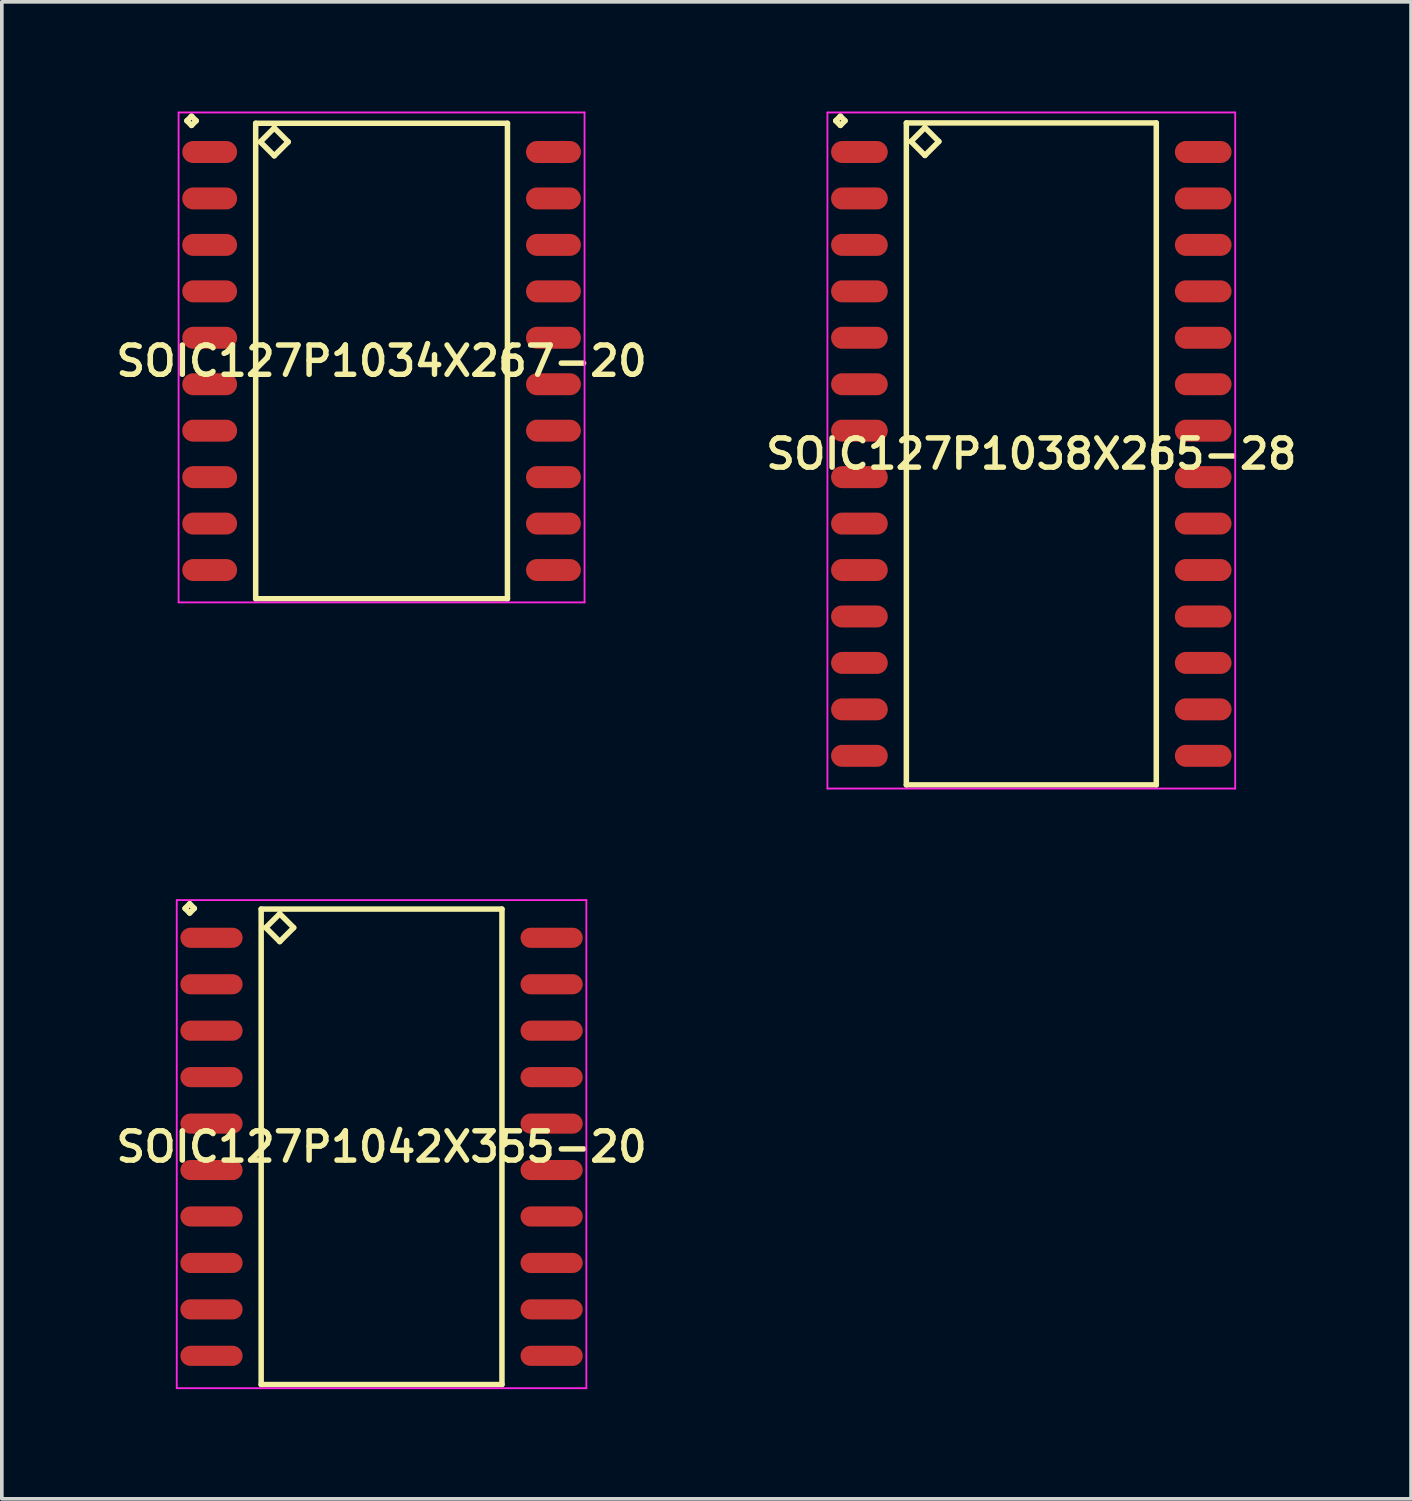
<source format=kicad_pcb>
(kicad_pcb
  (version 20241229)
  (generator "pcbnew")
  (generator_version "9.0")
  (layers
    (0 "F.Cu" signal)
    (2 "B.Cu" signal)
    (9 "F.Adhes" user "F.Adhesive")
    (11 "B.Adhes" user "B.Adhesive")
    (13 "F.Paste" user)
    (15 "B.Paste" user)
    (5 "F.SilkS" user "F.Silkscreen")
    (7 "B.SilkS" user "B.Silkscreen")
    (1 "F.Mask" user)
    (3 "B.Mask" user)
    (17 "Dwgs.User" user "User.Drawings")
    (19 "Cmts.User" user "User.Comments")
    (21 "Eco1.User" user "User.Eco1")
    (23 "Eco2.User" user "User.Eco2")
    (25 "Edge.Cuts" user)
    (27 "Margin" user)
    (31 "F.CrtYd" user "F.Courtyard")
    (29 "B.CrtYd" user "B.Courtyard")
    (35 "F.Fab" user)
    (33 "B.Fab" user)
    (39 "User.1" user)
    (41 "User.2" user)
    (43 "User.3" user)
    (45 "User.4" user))
  (footprint "SOIC127P1038X265-28"
    (layer "F.Cu")
    (at 25.149 9.361)
    (property "Reference" "SOIC127P1038X265-28" (at 0 0 0) (layer "F.SilkS") (effects (font (size 0.8 0.8) (thickness 0.15))))
    (attr smd)
    (fp_line (start -5.348 -9.109) (end -5.221 -9.236) (stroke (width 0.15) (type solid)) (layer "F.SilkS"))
    (fp_line (start -5.221 -9.236) (end -5.094 -9.109) (stroke (width 0.15) (type solid)) (layer "F.SilkS"))
    (fp_line (start -5.221 -8.982) (end -5.348 -9.109) (stroke (width 0.15) (type solid)) (layer "F.SilkS"))
    (fp_line (start -5.094 -9.109) (end -5.221 -8.982) (stroke (width 0.15) (type solid)) (layer "F.SilkS"))
    (fp_line (start -3.417 -9.05) (end -3.417 9.05) (stroke (width 0.15) (type solid)) (layer "F.SilkS"))
    (fp_line (start -3.417 9.05) (end 3.417 9.05) (stroke (width 0.15) (type solid)) (layer "F.SilkS"))
    (fp_line (start -3.29 -8.542) (end -2.909 -8.923) (stroke (width 0.15) (type solid)) (layer "F.SilkS"))
    (fp_line (start -2.909 -8.923) (end -2.528 -8.542) (stroke (width 0.15) (type solid)) (layer "F.SilkS"))
    (fp_line (start -2.909 -8.161) (end -3.29 -8.542) (stroke (width 0.15) (type solid)) (layer "F.SilkS"))
    (fp_line (start -2.528 -8.542) (end -2.909 -8.161) (stroke (width 0.15) (type solid)) (layer "F.SilkS"))
    (fp_line (start 3.417 -9.05) (end -3.417 -9.05) (stroke (width 0.15) (type solid)) (layer "F.SilkS"))
    (fp_line (start 3.417 9.05) (end 3.417 -9.05) (stroke (width 0.15) (type solid)) (layer "F.SilkS"))
    (fp_line (start -5.575 -9.336) (end 5.575 -9.336) (stroke (width 0.05) (type solid)) (layer "F.CrtYd"))
    (fp_line (start -5.575 9.15) (end -5.575 -9.336) (stroke (width 0.05) (type solid)) (layer "F.CrtYd"))
    (fp_line (start 5.575 -9.336) (end 5.575 9.15) (stroke (width 0.05) (type solid)) (layer "F.CrtYd"))
    (fp_line (start 5.575 9.15) (end -5.575 9.15) (stroke (width 0.05) (type solid)) (layer "F.CrtYd"))
    (pad "1" smd oval (at -4.7 -8.255) (size 1.55 0.6) (layers "F.Cu" "F.Mask" "F.Paste"))
    (pad "2" smd oval (at -4.7 -6.985) (size 1.55 0.6) (layers "F.Cu" "F.Mask" "F.Paste"))
    (pad "3" smd oval (at -4.7 -5.715) (size 1.55 0.6) (layers "F.Cu" "F.Mask" "F.Paste"))
    (pad "4" smd oval (at -4.7 -4.445) (size 1.55 0.6) (layers "F.Cu" "F.Mask" "F.Paste"))
    (pad "5" smd oval (at -4.7 -3.175) (size 1.55 0.6) (layers "F.Cu" "F.Mask" "F.Paste"))
    (pad "6" smd oval (at -4.7 -1.905) (size 1.55 0.6) (layers "F.Cu" "F.Mask" "F.Paste"))
    (pad "7" smd oval (at -4.7 -0.635) (size 1.55 0.6) (layers "F.Cu" "F.Mask" "F.Paste"))
    (pad "8" smd oval (at -4.7 0.635) (size 1.55 0.6) (layers "F.Cu" "F.Mask" "F.Paste"))
    (pad "9" smd oval (at -4.7 1.905) (size 1.55 0.6) (layers "F.Cu" "F.Mask" "F.Paste"))
    (pad "10" smd oval (at -4.7 3.175) (size 1.55 0.6) (layers "F.Cu" "F.Mask" "F.Paste"))
    (pad "11" smd oval (at -4.7 4.445) (size 1.55 0.6) (layers "F.Cu" "F.Mask" "F.Paste"))
    (pad "12" smd oval (at -4.7 5.715) (size 1.55 0.6) (layers "F.Cu" "F.Mask" "F.Paste"))
    (pad "13" smd oval (at -4.7 6.985) (size 1.55 0.6) (layers "F.Cu" "F.Mask" "F.Paste"))
    (pad "14" smd oval (at -4.7 8.255) (size 1.55 0.6) (layers "F.Cu" "F.Mask" "F.Paste"))
    (pad "15" smd oval (at 4.7 8.255) (size 1.55 0.6) (layers "F.Cu" "F.Mask" "F.Paste"))
    (pad "16" smd oval (at 4.7 6.985) (size 1.55 0.6) (layers "F.Cu" "F.Mask" "F.Paste"))
    (pad "17" smd oval (at 4.7 5.715) (size 1.55 0.6) (layers "F.Cu" "F.Mask" "F.Paste"))
    (pad "18" smd oval (at 4.7 4.445) (size 1.55 0.6) (layers "F.Cu" "F.Mask" "F.Paste"))
    (pad "19" smd oval (at 4.7 3.175) (size 1.55 0.6) (layers "F.Cu" "F.Mask" "F.Paste"))
    (pad "20" smd oval (at 4.7 1.905) (size 1.55 0.6) (layers "F.Cu" "F.Mask" "F.Paste"))
    (pad "21" smd oval (at 4.7 0.635) (size 1.55 0.6) (layers "F.Cu" "F.Mask" "F.Paste"))
    (pad "22" smd oval (at 4.7 -0.635) (size 1.55 0.6) (layers "F.Cu" "F.Mask" "F.Paste"))
    (pad "23" smd oval (at 4.7 -1.905) (size 1.55 0.6) (layers "F.Cu" "F.Mask" "F.Paste"))
    (pad "24" smd oval (at 4.7 -3.175) (size 1.55 0.6) (layers "F.Cu" "F.Mask" "F.Paste"))
    (pad "25" smd oval (at 4.7 -4.445) (size 1.55 0.6) (layers "F.Cu" "F.Mask" "F.Paste"))
    (pad "26" smd oval (at 4.7 -5.715) (size 1.55 0.6) (layers "F.Cu" "F.Mask" "F.Paste"))
    (pad "27" smd oval (at 4.7 -6.985) (size 1.55 0.6) (layers "F.Cu" "F.Mask" "F.Paste"))
    (pad "28" smd oval (at 4.7 -8.255) (size 1.55 0.6) (layers "F.Cu" "F.Mask" "F.Paste")))
  (footprint "SOIC127P1042X355-20"
    (layer "F.Cu")
    (at 7.383 28.307)
    (property "Reference" "SOIC127P1042X355-20" (at 0 0 0) (layer "F.SilkS") (effects (font (size 0.8 0.8) (thickness 0.15))))
    (attr smd)
    (fp_line (start -5.373 -6.519) (end -5.246 -6.646) (stroke (width 0.15) (type solid)) (layer "F.SilkS"))
    (fp_line (start -5.246 -6.646) (end -5.119 -6.519) (stroke (width 0.15) (type solid)) (layer "F.SilkS"))
    (fp_line (start -5.246 -6.392) (end -5.373 -6.519) (stroke (width 0.15) (type solid)) (layer "F.SilkS"))
    (fp_line (start -5.119 -6.519) (end -5.246 -6.392) (stroke (width 0.15) (type solid)) (layer "F.SilkS"))
    (fp_line (start -3.292 -6.5) (end -3.292 6.5) (stroke (width 0.15) (type solid)) (layer "F.SilkS"))
    (fp_line (start -3.292 6.5) (end 3.292 6.5) (stroke (width 0.15) (type solid)) (layer "F.SilkS"))
    (fp_line (start -3.165 -5.992) (end -2.784 -6.373) (stroke (width 0.15) (type solid)) (layer "F.SilkS"))
    (fp_line (start -2.784 -6.373) (end -2.403 -5.992) (stroke (width 0.15) (type solid)) (layer "F.SilkS"))
    (fp_line (start -2.784 -5.611) (end -3.165 -5.992) (stroke (width 0.15) (type solid)) (layer "F.SilkS"))
    (fp_line (start -2.403 -5.992) (end -2.784 -5.611) (stroke (width 0.15) (type solid)) (layer "F.SilkS"))
    (fp_line (start 3.292 -6.5) (end -3.292 -6.5) (stroke (width 0.15) (type solid)) (layer "F.SilkS"))
    (fp_line (start 3.292 6.5) (end 3.292 -6.5) (stroke (width 0.15) (type solid)) (layer "F.SilkS"))
    (fp_line (start -5.6 -6.746) (end 5.6 -6.746) (stroke (width 0.05) (type solid)) (layer "F.CrtYd"))
    (fp_line (start -5.6 6.6) (end -5.6 -6.746) (stroke (width 0.05) (type solid)) (layer "F.CrtYd"))
    (fp_line (start 5.6 -6.746) (end 5.6 6.6) (stroke (width 0.05) (type solid)) (layer "F.CrtYd"))
    (fp_line (start 5.6 6.6) (end -5.6 6.6) (stroke (width 0.05) (type solid)) (layer "F.CrtYd"))
    (pad "1" smd oval (at -4.65 -5.715) (size 1.7 0.55) (layers "F.Cu" "F.Mask" "F.Paste"))
    (pad "2" smd oval (at -4.65 -4.445) (size 1.7 0.55) (layers "F.Cu" "F.Mask" "F.Paste"))
    (pad "3" smd oval (at -4.65 -3.175) (size 1.7 0.55) (layers "F.Cu" "F.Mask" "F.Paste"))
    (pad "4" smd oval (at -4.65 -1.905) (size 1.7 0.55) (layers "F.Cu" "F.Mask" "F.Paste"))
    (pad "5" smd oval (at -4.65 -0.635) (size 1.7 0.55) (layers "F.Cu" "F.Mask" "F.Paste"))
    (pad "6" smd oval (at -4.65 0.635) (size 1.7 0.55) (layers "F.Cu" "F.Mask" "F.Paste"))
    (pad "7" smd oval (at -4.65 1.905) (size 1.7 0.55) (layers "F.Cu" "F.Mask" "F.Paste"))
    (pad "8" smd oval (at -4.65 3.175) (size 1.7 0.55) (layers "F.Cu" "F.Mask" "F.Paste"))
    (pad "9" smd oval (at -4.65 4.445) (size 1.7 0.55) (layers "F.Cu" "F.Mask" "F.Paste"))
    (pad "10" smd oval (at -4.65 5.715) (size 1.7 0.55) (layers "F.Cu" "F.Mask" "F.Paste"))
    (pad "11" smd oval (at 4.65 5.715) (size 1.7 0.55) (layers "F.Cu" "F.Mask" "F.Paste"))
    (pad "12" smd oval (at 4.65 4.445) (size 1.7 0.55) (layers "F.Cu" "F.Mask" "F.Paste"))
    (pad "13" smd oval (at 4.65 3.175) (size 1.7 0.55) (layers "F.Cu" "F.Mask" "F.Paste"))
    (pad "14" smd oval (at 4.65 1.905) (size 1.7 0.55) (layers "F.Cu" "F.Mask" "F.Paste"))
    (pad "15" smd oval (at 4.65 0.635) (size 1.7 0.55) (layers "F.Cu" "F.Mask" "F.Paste"))
    (pad "16" smd oval (at 4.65 -0.635) (size 1.7 0.55) (layers "F.Cu" "F.Mask" "F.Paste"))
    (pad "17" smd oval (at 4.65 -1.905) (size 1.7 0.55) (layers "F.Cu" "F.Mask" "F.Paste"))
    (pad "18" smd oval (at 4.65 -3.175) (size 1.7 0.55) (layers "F.Cu" "F.Mask" "F.Paste"))
    (pad "19" smd oval (at 4.65 -4.445) (size 1.7 0.55) (layers "F.Cu" "F.Mask" "F.Paste"))
    (pad "20" smd oval (at 4.65 -5.715) (size 1.7 0.55) (layers "F.Cu" "F.Mask" "F.Paste")))
  (footprint "SOIC127P1034X267-20"
    (layer "F.Cu")
    (at 7.383 6.821)
    (property "Reference" "SOIC127P1034X267-20" (at 0 0 0) (layer "F.SilkS") (effects (font (size 0.8 0.8) (thickness 0.15))))
    (attr smd)
    (fp_line (start -5.323 -6.569) (end -5.196 -6.696) (stroke (width 0.15) (type solid)) (layer "F.SilkS"))
    (fp_line (start -5.196 -6.696) (end -5.069 -6.569) (stroke (width 0.15) (type solid)) (layer "F.SilkS"))
    (fp_line (start -5.196 -6.442) (end -5.323 -6.569) (stroke (width 0.15) (type solid)) (layer "F.SilkS"))
    (fp_line (start -5.069 -6.569) (end -5.196 -6.442) (stroke (width 0.15) (type solid)) (layer "F.SilkS"))
    (fp_line (start -3.442 -6.5) (end -3.442 6.5) (stroke (width 0.15) (type solid)) (layer "F.SilkS"))
    (fp_line (start -3.442 6.5) (end 3.442 6.5) (stroke (width 0.15) (type solid)) (layer "F.SilkS"))
    (fp_line (start -3.315 -5.992) (end -2.934 -6.373) (stroke (width 0.15) (type solid)) (layer "F.SilkS"))
    (fp_line (start -2.934 -6.373) (end -2.553 -5.992) (stroke (width 0.15) (type solid)) (layer "F.SilkS"))
    (fp_line (start -2.934 -5.611) (end -3.315 -5.992) (stroke (width 0.15) (type solid)) (layer "F.SilkS"))
    (fp_line (start -2.553 -5.992) (end -2.934 -5.611) (stroke (width 0.15) (type solid)) (layer "F.SilkS"))
    (fp_line (start 3.442 -6.5) (end -3.442 -6.5) (stroke (width 0.15) (type solid)) (layer "F.SilkS"))
    (fp_line (start 3.442 6.5) (end 3.442 -6.5) (stroke (width 0.15) (type solid)) (layer "F.SilkS"))
    (fp_line (start -5.55 -6.796) (end 5.55 -6.796) (stroke (width 0.05) (type solid)) (layer "F.CrtYd"))
    (fp_line (start -5.55 6.6) (end -5.55 -6.796) (stroke (width 0.05) (type solid)) (layer "F.CrtYd"))
    (fp_line (start 5.55 -6.796) (end 5.55 6.6) (stroke (width 0.05) (type solid)) (layer "F.CrtYd"))
    (fp_line (start 5.55 6.6) (end -5.55 6.6) (stroke (width 0.05) (type solid)) (layer "F.CrtYd"))
    (pad "1" smd oval (at -4.7 -5.715) (size 1.5 0.6) (layers "F.Cu" "F.Mask" "F.Paste"))
    (pad "2" smd oval (at -4.7 -4.445) (size 1.5 0.6) (layers "F.Cu" "F.Mask" "F.Paste"))
    (pad "3" smd oval (at -4.7 -3.175) (size 1.5 0.6) (layers "F.Cu" "F.Mask" "F.Paste"))
    (pad "4" smd oval (at -4.7 -1.905) (size 1.5 0.6) (layers "F.Cu" "F.Mask" "F.Paste"))
    (pad "5" smd oval (at -4.7 -0.635) (size 1.5 0.6) (layers "F.Cu" "F.Mask" "F.Paste"))
    (pad "6" smd oval (at -4.7 0.635) (size 1.5 0.6) (layers "F.Cu" "F.Mask" "F.Paste"))
    (pad "7" smd oval (at -4.7 1.905) (size 1.5 0.6) (layers "F.Cu" "F.Mask" "F.Paste"))
    (pad "8" smd oval (at -4.7 3.175) (size 1.5 0.6) (layers "F.Cu" "F.Mask" "F.Paste"))
    (pad "9" smd oval (at -4.7 4.445) (size 1.5 0.6) (layers "F.Cu" "F.Mask" "F.Paste"))
    (pad "10" smd oval (at -4.7 5.715) (size 1.5 0.6) (layers "F.Cu" "F.Mask" "F.Paste"))
    (pad "11" smd oval (at 4.7 5.715) (size 1.5 0.6) (layers "F.Cu" "F.Mask" "F.Paste"))
    (pad "12" smd oval (at 4.7 4.445) (size 1.5 0.6) (layers "F.Cu" "F.Mask" "F.Paste"))
    (pad "13" smd oval (at 4.7 3.175) (size 1.5 0.6) (layers "F.Cu" "F.Mask" "F.Paste"))
    (pad "14" smd oval (at 4.7 1.905) (size 1.5 0.6) (layers "F.Cu" "F.Mask" "F.Paste"))
    (pad "15" smd oval (at 4.7 0.635) (size 1.5 0.6) (layers "F.Cu" "F.Mask" "F.Paste"))
    (pad "16" smd oval (at 4.7 -0.635) (size 1.5 0.6) (layers "F.Cu" "F.Mask" "F.Paste"))
    (pad "17" smd oval (at 4.7 -1.905) (size 1.5 0.6) (layers "F.Cu" "F.Mask" "F.Paste"))
    (pad "18" smd oval (at 4.7 -3.175) (size 1.5 0.6) (layers "F.Cu" "F.Mask" "F.Paste"))
    (pad "19" smd oval (at 4.7 -4.445) (size 1.5 0.6) (layers "F.Cu" "F.Mask" "F.Paste"))
    (pad "20" smd oval (at 4.7 -5.715) (size 1.5 0.6) (layers "F.Cu" "F.Mask" "F.Paste")))
  (gr_rect
    (start -3 -3)
    (end 35.532 37.932)
    (stroke (width 0.1) (type default))
    (fill no)
    (layer "Edge.Cuts")))
</source>
